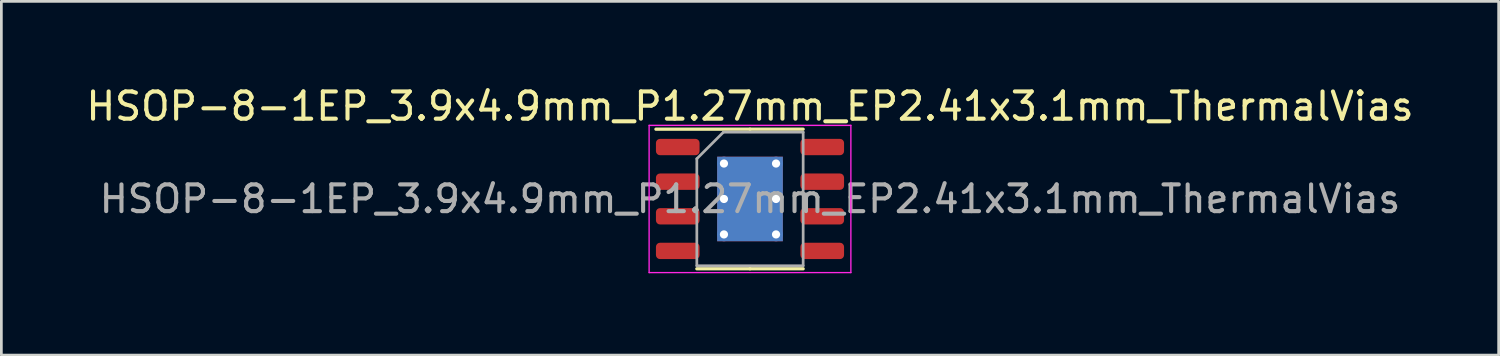
<source format=kicad_pcb>
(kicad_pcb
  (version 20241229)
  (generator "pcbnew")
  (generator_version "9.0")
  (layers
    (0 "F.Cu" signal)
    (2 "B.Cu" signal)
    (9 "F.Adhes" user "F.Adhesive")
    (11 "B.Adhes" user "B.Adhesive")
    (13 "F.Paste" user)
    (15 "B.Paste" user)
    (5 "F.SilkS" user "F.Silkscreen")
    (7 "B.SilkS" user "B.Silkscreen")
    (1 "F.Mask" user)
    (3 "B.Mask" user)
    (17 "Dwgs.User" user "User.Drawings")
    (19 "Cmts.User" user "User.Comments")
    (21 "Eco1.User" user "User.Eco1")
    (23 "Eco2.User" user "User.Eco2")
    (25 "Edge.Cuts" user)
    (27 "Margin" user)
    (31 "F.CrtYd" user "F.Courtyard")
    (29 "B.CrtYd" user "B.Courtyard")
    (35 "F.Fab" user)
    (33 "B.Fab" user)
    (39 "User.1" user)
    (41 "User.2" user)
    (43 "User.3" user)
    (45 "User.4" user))
  (footprint "HSOP-8-1EP_3.9x4.9mm_P1.27mm_EP2.41x3.1mm_ThermalVias"
    (layer "F.Cu")
    (at 24.458 4.248)
    (property "Reference" "HSOP-8-1EP_3.9x4.9mm_P1.27mm_EP2.41x3.1mm_ThermalVias" (at 0 -3.4 0) (layer "F.SilkS") (effects (font (size 1 1) (thickness 0.15))))
    (attr smd)
    (fp_line (start 0 -2.56) (end -3.45 -2.56) (stroke (width 0.12) (type solid)) (layer "F.SilkS"))
    (fp_line (start 0 -2.56) (end 1.95 -2.56) (stroke (width 0.12) (type solid)) (layer "F.SilkS"))
    (fp_line (start 0 2.56) (end -1.95 2.56) (stroke (width 0.12) (type solid)) (layer "F.SilkS"))
    (fp_line (start 0 2.56) (end 1.95 2.56) (stroke (width 0.12) (type solid)) (layer "F.SilkS"))
    (fp_line (start -3.7 -2.7) (end -3.7 2.7) (stroke (width 0.05) (type solid)) (layer "F.CrtYd"))
    (fp_line (start -3.7 2.7) (end 3.7 2.7) (stroke (width 0.05) (type solid)) (layer "F.CrtYd"))
    (fp_line (start 3.7 -2.7) (end -3.7 -2.7) (stroke (width 0.05) (type solid)) (layer "F.CrtYd"))
    (fp_line (start 3.7 2.7) (end 3.7 -2.7) (stroke (width 0.05) (type solid)) (layer "F.CrtYd"))
    (fp_line (start -1.95 -1.475) (end -0.975 -2.45) (stroke (width 0.1) (type solid)) (layer "F.Fab"))
    (fp_line (start -1.95 2.45) (end -1.95 -1.475) (stroke (width 0.1) (type solid)) (layer "F.Fab"))
    (fp_line (start -0.975 -2.45) (end 1.95 -2.45) (stroke (width 0.1) (type solid)) (layer "F.Fab"))
    (fp_line (start 1.95 -2.45) (end 1.95 2.45) (stroke (width 0.1) (type solid)) (layer "F.Fab"))
    (fp_line (start 1.95 2.45) (end -1.95 2.45) (stroke (width 0.1) (type solid)) (layer "F.Fab"))
    (fp_text user "${REFERENCE}" (at 0 0 0) (layer "F.Fab") (effects (font (size 0.98 0.98) (thickness 0.15))))
    (pad "" smd roundrect (at -0.6 -0.775) (size 0.97 1.25) (layers "F.Paste") (roundrect_rratio 0.25))
    (pad "" smd roundrect (at -0.6 0.775) (size 0.97 1.25) (layers "F.Paste") (roundrect_rratio 0.25))
    (pad "" smd roundrect (at 0.6 -0.775) (size 0.97 1.25) (layers "F.Paste") (roundrect_rratio 0.25))
    (pad "" smd roundrect (at 0.6 0.775) (size 0.97 1.25) (layers "F.Paste") (roundrect_rratio 0.25))
    (pad "1" smd roundrect (at -2.65 -1.905) (size 1.6 0.6) (layers "F.Cu" "F.Mask" "F.Paste") (roundrect_rratio 0.25))
    (pad "2" smd roundrect (at -2.65 -0.635) (size 1.6 0.6) (layers "F.Cu" "F.Mask" "F.Paste") (roundrect_rratio 0.25))
    (pad "3" smd roundrect (at -2.65 0.635) (size 1.6 0.6) (layers "F.Cu" "F.Mask" "F.Paste") (roundrect_rratio 0.25))
    (pad "4" smd roundrect (at -2.65 1.905) (size 1.6 0.6) (layers "F.Cu" "F.Mask" "F.Paste") (roundrect_rratio 0.25))
    (pad "5" smd roundrect (at 2.65 1.905) (size 1.6 0.6) (layers "F.Cu" "F.Mask" "F.Paste") (roundrect_rratio 0.25))
    (pad "6" smd roundrect (at 2.65 0.635) (size 1.6 0.6) (layers "F.Cu" "F.Mask" "F.Paste") (roundrect_rratio 0.25))
    (pad "7" smd roundrect (at 2.65 -0.635) (size 1.6 0.6) (layers "F.Cu" "F.Mask" "F.Paste") (roundrect_rratio 0.25))
    (pad "8" smd roundrect (at 2.65 -1.905) (size 1.6 0.6) (layers "F.Cu" "F.Mask" "F.Paste") (roundrect_rratio 0.25))
    (pad "9" thru_hole circle (at -0.955 -1.3) (size 0.5 0.5) (drill 0.3) (layers "*.Cu"))
    (pad "9" thru_hole circle (at -0.955 0) (size 0.5 0.5) (drill 0.3) (layers "*.Cu"))
    (pad "9" thru_hole circle (at -0.955 1.3) (size 0.5 0.5) (drill 0.3) (layers "*.Cu"))
    (pad "9" smd rect (at 0 0) (size 2.41 3.1) (layers "F.Cu" "F.Mask"))
    (pad "9" smd rect (at 0 0) (size 2.41 3.1) (layers "B.Cu"))
    (pad "9" thru_hole circle (at 0.955 -1.3) (size 0.5 0.5) (drill 0.3) (layers "*.Cu"))
    (pad "9" thru_hole circle (at 0.955 0) (size 0.5 0.5) (drill 0.3) (layers "*.Cu"))
    (pad "9" thru_hole circle (at 0.955 1.3) (size 0.5 0.5) (drill 0.3) (layers "*.Cu")))
  (gr_rect
    (start -3 -3)
    (end 51.917 9.973)
    (stroke (width 0.1) (type default))
    (fill no)
    (layer "Edge.Cuts")))
</source>
